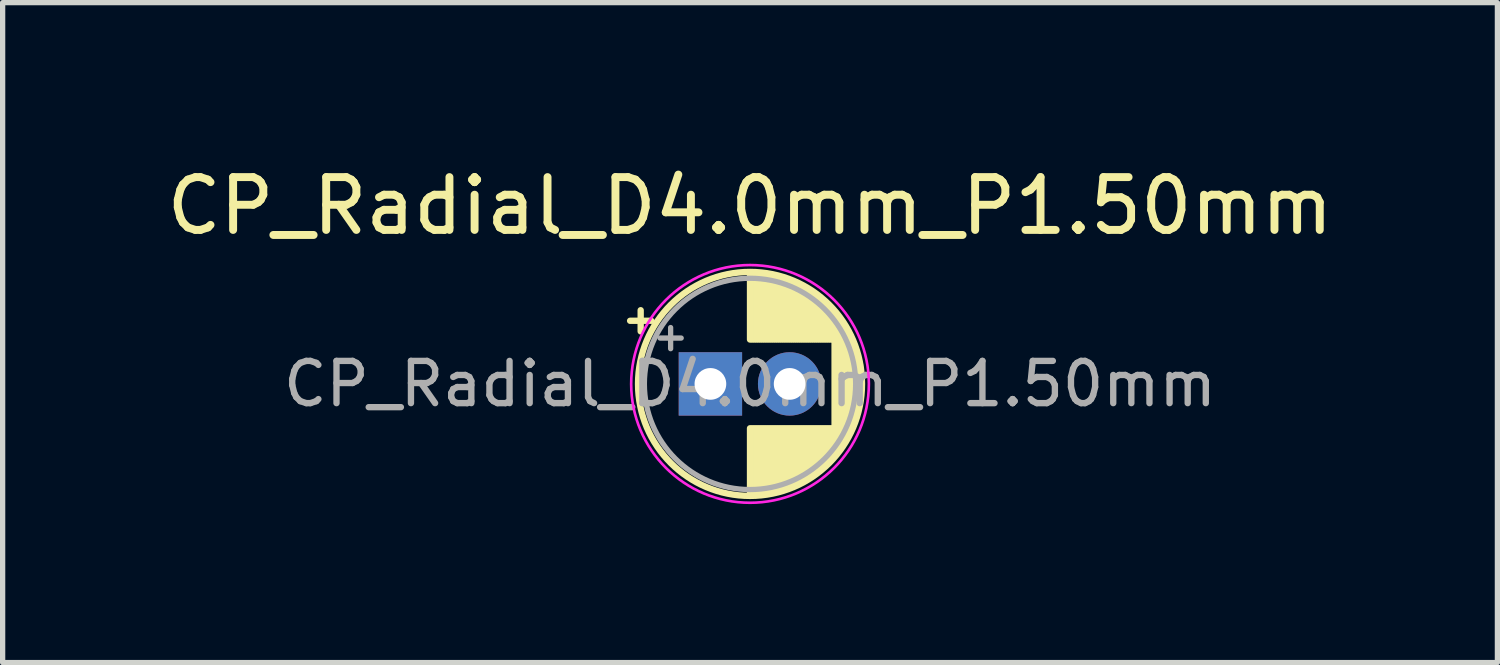
<source format=kicad_pcb>
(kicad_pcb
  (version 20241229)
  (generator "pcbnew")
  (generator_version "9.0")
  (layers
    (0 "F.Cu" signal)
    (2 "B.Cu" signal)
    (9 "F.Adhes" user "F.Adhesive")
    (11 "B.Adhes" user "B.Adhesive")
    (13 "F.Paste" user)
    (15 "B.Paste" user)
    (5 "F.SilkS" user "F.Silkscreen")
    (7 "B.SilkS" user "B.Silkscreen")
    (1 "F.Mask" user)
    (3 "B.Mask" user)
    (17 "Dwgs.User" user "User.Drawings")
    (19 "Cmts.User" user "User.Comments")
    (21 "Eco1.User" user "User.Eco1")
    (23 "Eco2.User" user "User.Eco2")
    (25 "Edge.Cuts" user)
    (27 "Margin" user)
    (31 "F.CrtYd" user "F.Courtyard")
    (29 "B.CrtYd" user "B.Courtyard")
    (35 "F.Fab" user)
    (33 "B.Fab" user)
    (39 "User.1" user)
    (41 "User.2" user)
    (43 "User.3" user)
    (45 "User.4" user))
  (footprint "CP_Radial_D4.0mm_P1.50mm"
    (layer "F.Cu")
    (at 10.399 4.218)
    (property "Reference" "CP_Radial_D4.0mm_P1.50mm" (at 0.75 -3.37 0) (layer "F.SilkS") (effects (font (size 1 1) (thickness 0.15))))
    (attr through_hole)
    (fp_line (start -1.52 -1.195) (end -1.12 -1.195) (stroke (width 0.12) (type solid)) (layer "F.SilkS"))
    (fp_line (start -1.32 -1.395) (end -1.32 -0.995) (stroke (width 0.12) (type solid)) (layer "F.SilkS"))
    (fp_line (start 0.75 -2.08) (end 0.75 -0.84) (stroke (width 0.12) (type solid)) (layer "F.SilkS"))
    (fp_line (start 0.75 0.84) (end 0.75 2.08) (stroke (width 0.12) (type solid)) (layer "F.SilkS"))
    (fp_line (start 0.79 -2.08) (end 0.79 -0.84) (stroke (width 0.12) (type solid)) (layer "F.SilkS"))
    (fp_line (start 0.79 0.84) (end 0.79 2.08) (stroke (width 0.12) (type solid)) (layer "F.SilkS"))
    (fp_line (start 0.83 -2.079) (end 0.83 -0.84) (stroke (width 0.12) (type solid)) (layer "F.SilkS"))
    (fp_line (start 0.83 0.84) (end 0.83 2.079) (stroke (width 0.12) (type solid)) (layer "F.SilkS"))
    (fp_line (start 0.87 -2.077) (end 0.87 -0.84) (stroke (width 0.12) (type solid)) (layer "F.SilkS"))
    (fp_line (start 0.87 0.84) (end 0.87 2.077) (stroke (width 0.12) (type solid)) (layer "F.SilkS"))
    (fp_line (start 0.91 -2.074) (end 0.91 -0.84) (stroke (width 0.12) (type solid)) (layer "F.SilkS"))
    (fp_line (start 0.91 0.84) (end 0.91 2.074) (stroke (width 0.12) (type solid)) (layer "F.SilkS"))
    (fp_line (start 0.95 -2.071) (end 0.95 -0.84) (stroke (width 0.12) (type solid)) (layer "F.SilkS"))
    (fp_line (start 0.95 0.84) (end 0.95 2.071) (stroke (width 0.12) (type solid)) (layer "F.SilkS"))
    (fp_line (start 0.99 -2.067) (end 0.99 -0.84) (stroke (width 0.12) (type solid)) (layer "F.SilkS"))
    (fp_line (start 0.99 0.84) (end 0.99 2.067) (stroke (width 0.12) (type solid)) (layer "F.SilkS"))
    (fp_line (start 1.03 -2.062) (end 1.03 -0.84) (stroke (width 0.12) (type solid)) (layer "F.SilkS"))
    (fp_line (start 1.03 0.84) (end 1.03 2.062) (stroke (width 0.12) (type solid)) (layer "F.SilkS"))
    (fp_line (start 1.07 -2.056) (end 1.07 -0.84) (stroke (width 0.12) (type solid)) (layer "F.SilkS"))
    (fp_line (start 1.07 0.84) (end 1.07 2.056) (stroke (width 0.12) (type solid)) (layer "F.SilkS"))
    (fp_line (start 1.11 -2.05) (end 1.11 -0.84) (stroke (width 0.12) (type solid)) (layer "F.SilkS"))
    (fp_line (start 1.11 0.84) (end 1.11 2.05) (stroke (width 0.12) (type solid)) (layer "F.SilkS"))
    (fp_line (start 1.15 -2.042) (end 1.15 -0.84) (stroke (width 0.12) (type solid)) (layer "F.SilkS"))
    (fp_line (start 1.15 0.84) (end 1.15 2.042) (stroke (width 0.12) (type solid)) (layer "F.SilkS"))
    (fp_line (start 1.19 -2.034) (end 1.19 -0.84) (stroke (width 0.12) (type solid)) (layer "F.SilkS"))
    (fp_line (start 1.19 0.84) (end 1.19 2.034) (stroke (width 0.12) (type solid)) (layer "F.SilkS"))
    (fp_line (start 1.23 -2.025) (end 1.23 -0.84) (stroke (width 0.12) (type solid)) (layer "F.SilkS"))
    (fp_line (start 1.23 0.84) (end 1.23 2.025) (stroke (width 0.12) (type solid)) (layer "F.SilkS"))
    (fp_line (start 1.27 -2.016) (end 1.27 -0.84) (stroke (width 0.12) (type solid)) (layer "F.SilkS"))
    (fp_line (start 1.27 0.84) (end 1.27 2.016) (stroke (width 0.12) (type solid)) (layer "F.SilkS"))
    (fp_line (start 1.31 -2.005) (end 1.31 -0.84) (stroke (width 0.12) (type solid)) (layer "F.SilkS"))
    (fp_line (start 1.31 0.84) (end 1.31 2.005) (stroke (width 0.12) (type solid)) (layer "F.SilkS"))
    (fp_line (start 1.35 -1.994) (end 1.35 -0.84) (stroke (width 0.12) (type solid)) (layer "F.SilkS"))
    (fp_line (start 1.35 0.84) (end 1.35 1.994) (stroke (width 0.12) (type solid)) (layer "F.SilkS"))
    (fp_line (start 1.39 -1.982) (end 1.39 -0.84) (stroke (width 0.12) (type solid)) (layer "F.SilkS"))
    (fp_line (start 1.39 0.84) (end 1.39 1.982) (stroke (width 0.12) (type solid)) (layer "F.SilkS"))
    (fp_line (start 1.43 -1.968) (end 1.43 -0.84) (stroke (width 0.12) (type solid)) (layer "F.SilkS"))
    (fp_line (start 1.43 0.84) (end 1.43 1.968) (stroke (width 0.12) (type solid)) (layer "F.SilkS"))
    (fp_line (start 1.471 -1.954) (end 1.471 -0.84) (stroke (width 0.12) (type solid)) (layer "F.SilkS"))
    (fp_line (start 1.471 0.84) (end 1.471 1.954) (stroke (width 0.12) (type solid)) (layer "F.SilkS"))
    (fp_line (start 1.511 -1.94) (end 1.511 -0.84) (stroke (width 0.12) (type solid)) (layer "F.SilkS"))
    (fp_line (start 1.511 0.84) (end 1.511 1.94) (stroke (width 0.12) (type solid)) (layer "F.SilkS"))
    (fp_line (start 1.551 -1.924) (end 1.551 -0.84) (stroke (width 0.12) (type solid)) (layer "F.SilkS"))
    (fp_line (start 1.551 0.84) (end 1.551 1.924) (stroke (width 0.12) (type solid)) (layer "F.SilkS"))
    (fp_line (start 1.591 -1.907) (end 1.591 -0.84) (stroke (width 0.12) (type solid)) (layer "F.SilkS"))
    (fp_line (start 1.591 0.84) (end 1.591 1.907) (stroke (width 0.12) (type solid)) (layer "F.SilkS"))
    (fp_line (start 1.631 -1.889) (end 1.631 -0.84) (stroke (width 0.12) (type solid)) (layer "F.SilkS"))
    (fp_line (start 1.631 0.84) (end 1.631 1.889) (stroke (width 0.12) (type solid)) (layer "F.SilkS"))
    (fp_line (start 1.671 -1.87) (end 1.671 -0.84) (stroke (width 0.12) (type solid)) (layer "F.SilkS"))
    (fp_line (start 1.671 0.84) (end 1.671 1.87) (stroke (width 0.12) (type solid)) (layer "F.SilkS"))
    (fp_line (start 1.711 -1.851) (end 1.711 -0.84) (stroke (width 0.12) (type solid)) (layer "F.SilkS"))
    (fp_line (start 1.711 0.84) (end 1.711 1.851) (stroke (width 0.12) (type solid)) (layer "F.SilkS"))
    (fp_line (start 1.751 -1.83) (end 1.751 -0.84) (stroke (width 0.12) (type solid)) (layer "F.SilkS"))
    (fp_line (start 1.751 0.84) (end 1.751 1.83) (stroke (width 0.12) (type solid)) (layer "F.SilkS"))
    (fp_line (start 1.791 -1.808) (end 1.791 -0.84) (stroke (width 0.12) (type solid)) (layer "F.SilkS"))
    (fp_line (start 1.791 0.84) (end 1.791 1.808) (stroke (width 0.12) (type solid)) (layer "F.SilkS"))
    (fp_line (start 1.831 -1.785) (end 1.831 -0.84) (stroke (width 0.12) (type solid)) (layer "F.SilkS"))
    (fp_line (start 1.831 0.84) (end 1.831 1.785) (stroke (width 0.12) (type solid)) (layer "F.SilkS"))
    (fp_line (start 1.871 -1.76) (end 1.871 -0.84) (stroke (width 0.12) (type solid)) (layer "F.SilkS"))
    (fp_line (start 1.871 0.84) (end 1.871 1.76) (stroke (width 0.12) (type solid)) (layer "F.SilkS"))
    (fp_line (start 1.911 -1.735) (end 1.911 -0.84) (stroke (width 0.12) (type solid)) (layer "F.SilkS"))
    (fp_line (start 1.911 0.84) (end 1.911 1.735) (stroke (width 0.12) (type solid)) (layer "F.SilkS"))
    (fp_line (start 1.951 -1.708) (end 1.951 -0.84) (stroke (width 0.12) (type solid)) (layer "F.SilkS"))
    (fp_line (start 1.951 0.84) (end 1.951 1.708) (stroke (width 0.12) (type solid)) (layer "F.SilkS"))
    (fp_line (start 1.991 -1.68) (end 1.991 -0.84) (stroke (width 0.12) (type solid)) (layer "F.SilkS"))
    (fp_line (start 1.991 0.84) (end 1.991 1.68) (stroke (width 0.12) (type solid)) (layer "F.SilkS"))
    (fp_line (start 2.031 -1.65) (end 2.031 -0.84) (stroke (width 0.12) (type solid)) (layer "F.SilkS"))
    (fp_line (start 2.031 0.84) (end 2.031 1.65) (stroke (width 0.12) (type solid)) (layer "F.SilkS"))
    (fp_line (start 2.071 -1.619) (end 2.071 -0.84) (stroke (width 0.12) (type solid)) (layer "F.SilkS"))
    (fp_line (start 2.071 0.84) (end 2.071 1.619) (stroke (width 0.12) (type solid)) (layer "F.SilkS"))
    (fp_line (start 2.111 -1.587) (end 2.111 -0.84) (stroke (width 0.12) (type solid)) (layer "F.SilkS"))
    (fp_line (start 2.111 0.84) (end 2.111 1.587) (stroke (width 0.12) (type solid)) (layer "F.SilkS"))
    (fp_line (start 2.151 -1.552) (end 2.151 -0.84) (stroke (width 0.12) (type solid)) (layer "F.SilkS"))
    (fp_line (start 2.151 0.84) (end 2.151 1.552) (stroke (width 0.12) (type solid)) (layer "F.SilkS"))
    (fp_line (start 2.191 -1.516) (end 2.191 -0.84) (stroke (width 0.12) (type solid)) (layer "F.SilkS"))
    (fp_line (start 2.191 0.84) (end 2.191 1.516) (stroke (width 0.12) (type solid)) (layer "F.SilkS"))
    (fp_line (start 2.231 -1.478) (end 2.231 -0.84) (stroke (width 0.12) (type solid)) (layer "F.SilkS"))
    (fp_line (start 2.231 0.84) (end 2.231 1.478) (stroke (width 0.12) (type solid)) (layer "F.SilkS"))
    (fp_line (start 2.271 -1.438) (end 2.271 -0.84) (stroke (width 0.12) (type solid)) (layer "F.SilkS"))
    (fp_line (start 2.271 0.84) (end 2.271 1.438) (stroke (width 0.12) (type solid)) (layer "F.SilkS"))
    (fp_line (start 2.311 -1.396) (end 2.311 -0.84) (stroke (width 0.12) (type solid)) (layer "F.SilkS"))
    (fp_line (start 2.311 0.84) (end 2.311 1.396) (stroke (width 0.12) (type solid)) (layer "F.SilkS"))
    (fp_line (start 2.351 -1.351) (end 2.351 1.351) (stroke (width 0.12) (type solid)) (layer "F.SilkS"))
    (fp_line (start 2.391 -1.304) (end 2.391 1.304) (stroke (width 0.12) (type solid)) (layer "F.SilkS"))
    (fp_line (start 2.431 -1.254) (end 2.431 1.254) (stroke (width 0.12) (type solid)) (layer "F.SilkS"))
    (fp_line (start 2.471 -1.2) (end 2.471 1.2) (stroke (width 0.12) (type solid)) (layer "F.SilkS"))
    (fp_line (start 2.511 -1.142) (end 2.511 1.142) (stroke (width 0.12) (type solid)) (layer "F.SilkS"))
    (fp_line (start 2.551 -1.08) (end 2.551 1.08) (stroke (width 0.12) (type solid)) (layer "F.SilkS"))
    (fp_line (start 2.591 -1.013) (end 2.591 1.013) (stroke (width 0.12) (type solid)) (layer "F.SilkS"))
    (fp_line (start 2.631 -0.94) (end 2.631 0.94) (stroke (width 0.12) (type solid)) (layer "F.SilkS"))
    (fp_line (start 2.671 -0.859) (end 2.671 0.859) (stroke (width 0.12) (type solid)) (layer "F.SilkS"))
    (fp_line (start 2.711 -0.768) (end 2.711 0.768) (stroke (width 0.12) (type solid)) (layer "F.SilkS"))
    (fp_line (start 2.751 -0.664) (end 2.751 0.664) (stroke (width 0.12) (type solid)) (layer "F.SilkS"))
    (fp_line (start 2.791 -0.537) (end 2.791 0.537) (stroke (width 0.12) (type solid)) (layer "F.SilkS"))
    (fp_line (start 2.831 -0.37) (end 2.831 0.37) (stroke (width 0.12) (type solid)) (layer "F.SilkS"))
    (fp_circle (center 0.75 0) (end 2.87 0) (stroke (width 0.12) (type solid)) (fill no) (layer "F.SilkS"))
    (fp_circle (center 0.75 0) (end 3 0) (stroke (width 0.05) (type solid)) (fill no) (layer "F.CrtYd"))
    (fp_line (start -0.953 -0.868) (end -0.553 -0.868) (stroke (width 0.1) (type solid)) (layer "F.Fab"))
    (fp_line (start -0.753 -1.067) (end -0.753 -0.667) (stroke (width 0.1) (type solid)) (layer "F.Fab"))
    (fp_circle (center 0.75 0) (end 2.75 0) (stroke (width 0.1) (type solid)) (fill no) (layer "F.Fab"))
    (fp_text user "${REFERENCE}" (at 0.75 0 0) (layer "F.Fab") (effects (font (size 0.8 0.8) (thickness 0.12))))
    (pad "1" thru_hole rect (at 0 0) (size 1.2 1.2) (drill 0.6) (layers "*.Cu" "*.Mask"))
    (pad "2" thru_hole circle (at 1.5 0) (size 1.2 1.2) (drill 0.6) (layers "*.Cu" "*.Mask")))
  (gr_rect
    (start -3 -3)
    (end 25.298 9.493)
    (stroke (width 0.1) (type default))
    (fill no)
    (layer "Edge.Cuts")))
</source>
